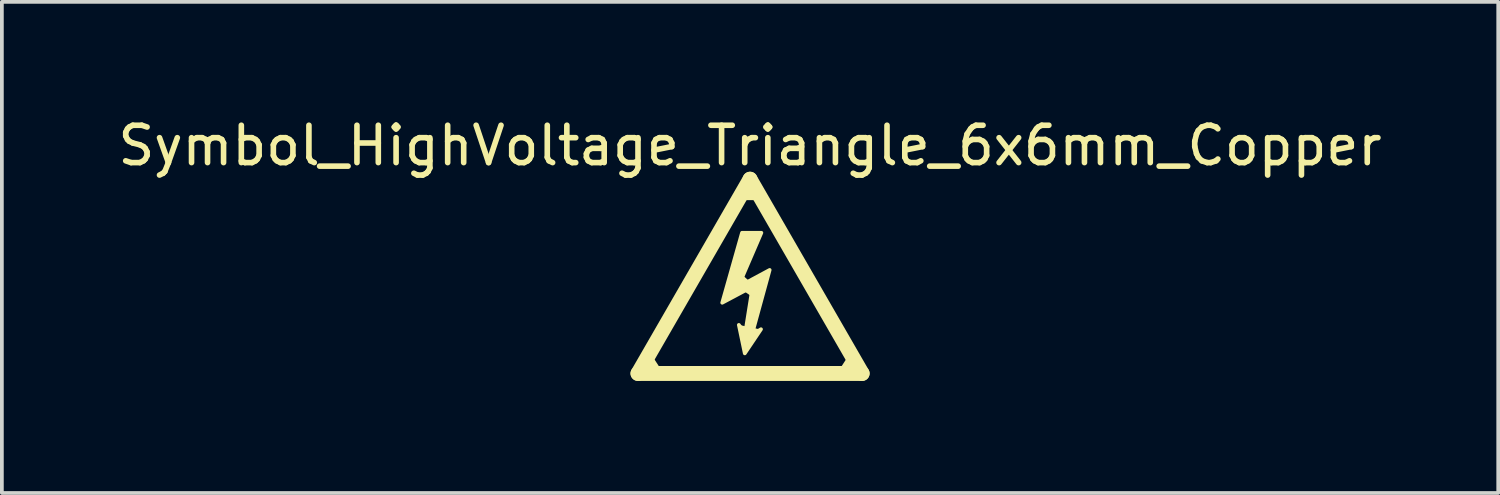
<source format=kicad_pcb>
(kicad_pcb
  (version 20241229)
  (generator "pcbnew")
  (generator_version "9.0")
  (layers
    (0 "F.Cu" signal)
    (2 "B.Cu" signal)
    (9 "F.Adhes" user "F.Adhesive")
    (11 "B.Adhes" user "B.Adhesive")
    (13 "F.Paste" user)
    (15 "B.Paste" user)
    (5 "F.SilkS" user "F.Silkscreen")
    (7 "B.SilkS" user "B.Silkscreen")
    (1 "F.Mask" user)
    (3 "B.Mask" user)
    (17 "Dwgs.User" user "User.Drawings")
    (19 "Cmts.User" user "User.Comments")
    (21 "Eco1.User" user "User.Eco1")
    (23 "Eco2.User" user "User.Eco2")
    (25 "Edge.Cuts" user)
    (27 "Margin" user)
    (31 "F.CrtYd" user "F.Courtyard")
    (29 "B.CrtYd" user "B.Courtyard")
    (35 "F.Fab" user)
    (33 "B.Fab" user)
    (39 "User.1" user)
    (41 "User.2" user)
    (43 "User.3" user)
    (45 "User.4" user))
  (footprint "Symbol_HighVoltage_Triangle_6x6mm_Copper"
    (layer "F.Cu")
    (at 17.03 4.348)
    (property "Reference" "Symbol_HighVoltage_Triangle_6x6mm_Copper" (at 0 -3.5 0) (layer "F.SilkS") (effects (font (size 1 1) (thickness 0.15))))
    (attr exclude_from_pos_files exclude_from_bom)
    (fp_line (start -3 2.6) (end 0 -2.6) (stroke (width 0.4) (type solid)) (layer "F.SilkS"))
    (fp_line (start -2.457 2.565) (end -2.723 2.155) (stroke (width 0.2) (type default)) (layer "F.SilkS"))
    (fp_line (start -0.28 0.03) (end -0.08 0.21) (stroke (width 0.2) (type default)) (layer "F.SilkS"))
    (fp_line (start -0.26 1.36) (end 0.21 1.46) (stroke (width 0.102) (type default)) (layer "F.SilkS"))
    (fp_line (start -0.135 0.295) (end 0.115 0.465) (stroke (width 0.2) (type default)) (layer "F.SilkS"))
    (fp_line (start -0.125 -2.14) (end 0.125 -2.14) (stroke (width 0.2) (type default)) (layer "F.SilkS"))
    (fp_line (start 0 -2.6) (end 3 2.6) (stroke (width 0.4) (type solid)) (layer "F.SilkS"))
    (fp_line (start 2.467 2.565) (end 2.733 2.155) (stroke (width 0.2) (type default)) (layer "F.SilkS"))
    (fp_line (start 3 2.6) (end -3 2.6) (stroke (width 0.4) (type solid)) (layer "F.SilkS"))
    (fp_poly (pts (xy -0.321 0.284) (xy 0.525 -0.171) (xy 0.049 1.565) (xy 0.293 1.416) (xy -0.141 2.062) (xy -0.3 1.3) (xy -0.131 1.533) (xy 0.07 0.273) (xy -0.745 0.707) (xy -0.215 -1.166) (xy 0.303 -1.166)) (stroke (width 0.1) (type solid)) (fill yes) (layer "F.SilkS")))
  (gr_rect
    (start -3 -3)
    (end 37.06 10.148)
    (stroke (width 0.1) (type default))
    (fill no)
    (layer "Edge.Cuts")))
</source>
